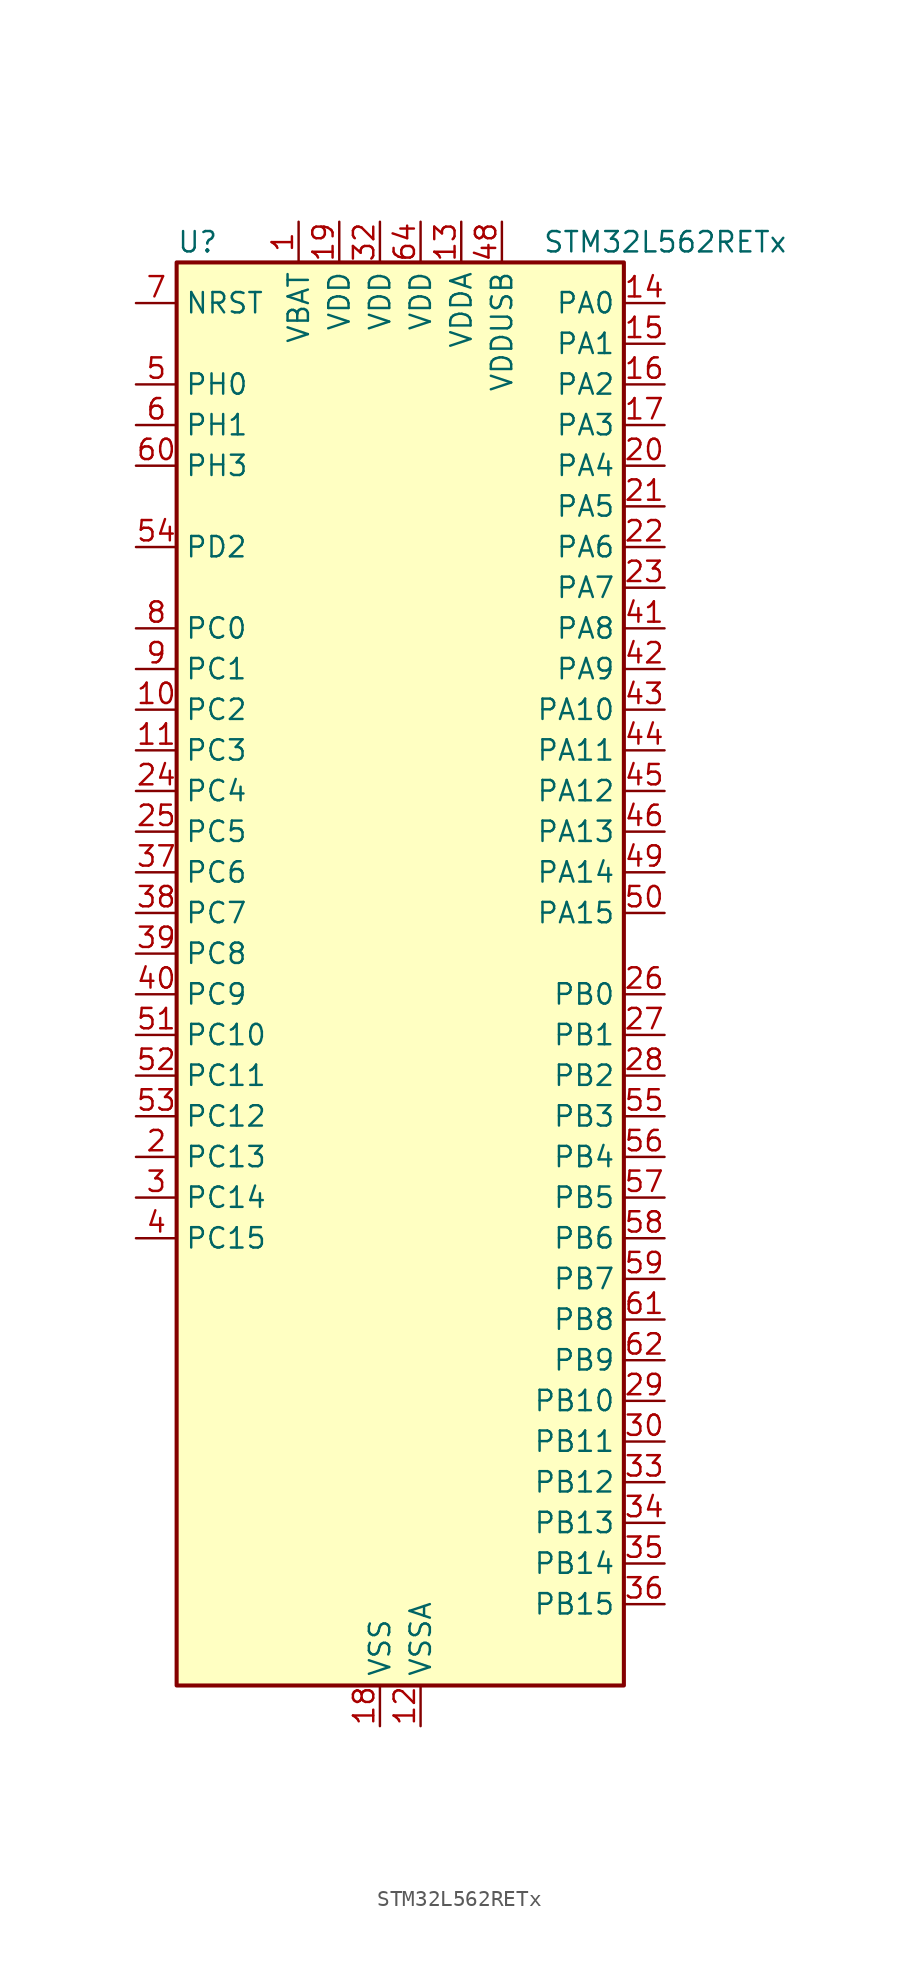
<source format=kicad_sym>
(kicad_symbol_lib
  (version 20231120)
  (generator "kicad_symbol_editor")
  (generator_version "8.0")
  (symbol "STM32L562RETx"
    (property "Reference" "U"
      (at -12.7 46.99 0)
      (effects (font (size 1.27 1.27)) (justify left)))
    (property "Value" "STM32L562RETx"
      (at 10.16 46.99 0)
      (effects (font (size 1.27 1.27)) (justify left)))
    (property "ki_locked" ""
      (at 0 0 0)
      (effects (font (size 1.27 1.27))))
    (symbol "STM32L562RETx_0_1"
      (rectangle (start -12.7 -43.18) (end 15.24 45.72) (stroke (width 0.254) (type default)) (fill (type background))))
    (symbol "STM32L562RETx_1_1"
      (pin power_in line (at -5.08 48.26 270) (length 2.54) (name "VBAT" (effects (font (size 1.27 1.27)))) (number "1" (effects (font (size 1.27 1.27)))))
      (pin bidirectional line (at -15.24 17.78 0) (length 2.54) (name "PC2" (effects (font (size 1.27 1.27)))) (number "10" (effects (font (size 1.27 1.27)))) (alternate "ADC1_IN3" bidirectional line) (alternate "ADC2_IN3" bidirectional line) (alternate "DFSDM1_CKOUT" bidirectional line) (alternate "LPTIM1_IN2" bidirectional line) (alternate "OCTOSPI1_IO5" bidirectional line) (alternate "SPI2_MISO" bidirectional line))
      (pin bidirectional line (at -15.24 15.24 0) (length 2.54) (name "PC3" (effects (font (size 1.27 1.27)))) (number "11" (effects (font (size 1.27 1.27)))) (alternate "ADC1_IN4" bidirectional line) (alternate "ADC2_IN4" bidirectional line) (alternate "LPTIM1_ETR" bidirectional line) (alternate "LPTIM2_ETR" bidirectional line) (alternate "LPTIM3_OUT" bidirectional line) (alternate "OCTOSPI1_IO6" bidirectional line) (alternate "SAI1_D1" bidirectional line) (alternate "SAI1_SD_A" bidirectional line) (alternate "SPI2_MOSI" bidirectional line))
      (pin power_in line (at 2.54 -45.72 90) (length 2.54) (name "VSSA" (effects (font (size 1.27 1.27)))) (number "12" (effects (font (size 1.27 1.27)))))
      (pin power_in line (at 5.08 48.26 270) (length 2.54) (name "VDDA" (effects (font (size 1.27 1.27)))) (number "13" (effects (font (size 1.27 1.27)))) (alternate "VREFBUF_OUT" bidirectional line))
      (pin bidirectional line (at 17.78 43.18 180) (length 2.54) (name "PA0" (effects (font (size 1.27 1.27)))) (number "14" (effects (font (size 1.27 1.27)))) (alternate "ADC1_IN5" bidirectional line) (alternate "ADC2_IN5" bidirectional line) (alternate "OPAMP1_VINP" bidirectional line) (alternate "PWR_WKUP1" bidirectional line) (alternate "SAI1_EXTCLK" bidirectional line) (alternate "TAMP_IN2" bidirectional line) (alternate "TAMP_OUT1" bidirectional line) (alternate "TIM2_CH1" bidirectional line) (alternate "TIM2_ETR" bidirectional line) (alternate "TIM5_CH1" bidirectional line) (alternate "TIM8_ETR" bidirectional line) (alternate "UART4_TX" bidirectional line) (alternate "USART2_CTS" bidirectional line) (alternate "USART2_NSS" bidirectional line))
      (pin bidirectional line (at 17.78 40.64 180) (length 2.54) (name "PA1" (effects (font (size 1.27 1.27)))) (number "15" (effects (font (size 1.27 1.27)))) (alternate "ADC1_IN6" bidirectional line) (alternate "ADC2_IN6" bidirectional line) (alternate "I2C1_SMBA" bidirectional line) (alternate "OCTOSPI1_DQS" bidirectional line) (alternate "OPAMP1_VINM" bidirectional line) (alternate "SPI1_SCK" bidirectional line) (alternate "TAMP_IN5" bidirectional line) (alternate "TAMP_OUT4" bidirectional line) (alternate "TIM15_CH1N" bidirectional line) (alternate "TIM2_CH2" bidirectional line) (alternate "TIM5_CH2" bidirectional line) (alternate "UART4_RX" bidirectional line) (alternate "USART2_DE" bidirectional line) (alternate "USART2_RTS" bidirectional line))
      (pin bidirectional line (at 17.78 38.1 180) (length 2.54) (name "PA2" (effects (font (size 1.27 1.27)))) (number "16" (effects (font (size 1.27 1.27)))) (alternate "ADC1_IN7" bidirectional line) (alternate "ADC2_IN7" bidirectional line) (alternate "COMP1_INP" bidirectional line) (alternate "LPUART1_TX" bidirectional line) (alternate "OCTOSPI1_NCS" bidirectional line) (alternate "PWR_WKUP4" bidirectional line) (alternate "RCC_LSCO" bidirectional line) (alternate "SAI2_EXTCLK" bidirectional line) (alternate "TIM15_CH1" bidirectional line) (alternate "TIM2_CH3" bidirectional line) (alternate "TIM5_CH3" bidirectional line) (alternate "UCPD1_FRSTX1" bidirectional line) (alternate "USART2_TX" bidirectional line))
      (pin bidirectional line (at 17.78 35.56 180) (length 2.54) (name "PA3" (effects (font (size 1.27 1.27)))) (number "17" (effects (font (size 1.27 1.27)))) (alternate "ADC1_IN8" bidirectional line) (alternate "ADC2_IN8" bidirectional line) (alternate "LPUART1_RX" bidirectional line) (alternate "OCTOSPI1_CLK" bidirectional line) (alternate "OPAMP1_VOUT" bidirectional line) (alternate "SAI1_CK1" bidirectional line) (alternate "SAI1_MCLK_A" bidirectional line) (alternate "TIM15_CH2" bidirectional line) (alternate "TIM2_CH4" bidirectional line) (alternate "TIM5_CH4" bidirectional line) (alternate "USART2_RX" bidirectional line))
      (pin power_in line (at 0 -45.72 90) (length 2.54) (name "VSS" (effects (font (size 1.27 1.27)))) (number "18" (effects (font (size 1.27 1.27)))))
      (pin power_in line (at -2.54 48.26 270) (length 2.54) (name "VDD" (effects (font (size 1.27 1.27)))) (number "19" (effects (font (size 1.27 1.27)))))
      (pin bidirectional line (at -15.24 -10.16 0) (length 2.54) (name "PC13" (effects (font (size 1.27 1.27)))) (number "2" (effects (font (size 1.27 1.27)))) (alternate "PWR_WKUP2" bidirectional line) (alternate "RTC_OUT1" bidirectional line) (alternate "RTC_TS" bidirectional line) (alternate "TAMP_IN1" bidirectional line) (alternate "TAMP_OUT2" bidirectional line))
      (pin bidirectional line (at 17.78 33.02 180) (length 2.54) (name "PA4" (effects (font (size 1.27 1.27)))) (number "20" (effects (font (size 1.27 1.27)))) (alternate "ADC1_IN9" bidirectional line) (alternate "ADC2_IN9" bidirectional line) (alternate "DAC1_OUT1" bidirectional line) (alternate "LPTIM2_OUT" bidirectional line) (alternate "OCTOSPI1_NCS" bidirectional line) (alternate "SAI1_FS_B" bidirectional line) (alternate "SPI1_NSS" bidirectional line) (alternate "SPI3_NSS" bidirectional line) (alternate "USART2_CK" bidirectional line))
      (pin bidirectional line (at 17.78 30.48 180) (length 2.54) (name "PA5" (effects (font (size 1.27 1.27)))) (number "21" (effects (font (size 1.27 1.27)))) (alternate "ADC1_IN10" bidirectional line) (alternate "ADC2_IN10" bidirectional line) (alternate "DAC1_OUT2" bidirectional line) (alternate "LPTIM2_ETR" bidirectional line) (alternate "SPI1_SCK" bidirectional line) (alternate "TIM2_CH1" bidirectional line) (alternate "TIM2_ETR" bidirectional line) (alternate "TIM8_CH1N" bidirectional line))
      (pin bidirectional line (at 17.78 27.94 180) (length 2.54) (name "PA6" (effects (font (size 1.27 1.27)))) (number "22" (effects (font (size 1.27 1.27)))) (alternate "ADC1_IN11" bidirectional line) (alternate "ADC2_IN11" bidirectional line) (alternate "LPUART1_CTS" bidirectional line) (alternate "OCTOSPI1_IO3" bidirectional line) (alternate "OPAMP2_VINP" bidirectional line) (alternate "SPI1_MISO" bidirectional line) (alternate "TIM16_CH1" bidirectional line) (alternate "TIM1_BKIN" bidirectional line) (alternate "TIM3_CH1" bidirectional line) (alternate "TIM8_BKIN" bidirectional line) (alternate "USART3_CTS" bidirectional line) (alternate "USART3_NSS" bidirectional line))
      (pin bidirectional line (at 17.78 25.4 180) (length 2.54) (name "PA7" (effects (font (size 1.27 1.27)))) (number "23" (effects (font (size 1.27 1.27)))) (alternate "ADC1_IN12" bidirectional line) (alternate "ADC2_IN12" bidirectional line) (alternate "I2C3_SCL" bidirectional line) (alternate "OCTOSPI1_IO2" bidirectional line) (alternate "OPAMP2_VINM" bidirectional line) (alternate "SPI1_MOSI" bidirectional line) (alternate "TIM17_CH1" bidirectional line) (alternate "TIM1_CH1N" bidirectional line) (alternate "TIM3_CH2" bidirectional line) (alternate "TIM8_CH1N" bidirectional line))
      (pin bidirectional line (at -15.24 12.7 0) (length 2.54) (name "PC4" (effects (font (size 1.27 1.27)))) (number "24" (effects (font (size 1.27 1.27)))) (alternate "ADC1_IN13" bidirectional line) (alternate "ADC2_IN13" bidirectional line) (alternate "COMP1_INM" bidirectional line) (alternate "OCTOSPI1_IO7" bidirectional line) (alternate "USART3_TX" bidirectional line))
      (pin bidirectional line (at -15.24 10.16 0) (length 2.54) (name "PC5" (effects (font (size 1.27 1.27)))) (number "25" (effects (font (size 1.27 1.27)))) (alternate "ADC1_IN14" bidirectional line) (alternate "ADC2_IN14" bidirectional line) (alternate "COMP1_INP" bidirectional line) (alternate "PWR_WKUP5" bidirectional line) (alternate "SAI1_D3" bidirectional line) (alternate "TAMP_IN4" bidirectional line) (alternate "TAMP_OUT5" bidirectional line) (alternate "USART3_RX" bidirectional line))
      (pin bidirectional line (at 17.78 0 180) (length 2.54) (name "PB0" (effects (font (size 1.27 1.27)))) (number "26" (effects (font (size 1.27 1.27)))) (alternate "ADC1_IN15" bidirectional line) (alternate "ADC2_IN15" bidirectional line) (alternate "COMP1_OUT" bidirectional line) (alternate "OCTOSPI1_IO1" bidirectional line) (alternate "OPAMP2_VOUT" bidirectional line) (alternate "SAI1_EXTCLK" bidirectional line) (alternate "SPI1_NSS" bidirectional line) (alternate "TIM1_CH2N" bidirectional line) (alternate "TIM3_CH3" bidirectional line) (alternate "TIM8_CH2N" bidirectional line) (alternate "USART3_CK" bidirectional line))
      (pin bidirectional line (at 17.78 -2.54 180) (length 2.54) (name "PB1" (effects (font (size 1.27 1.27)))) (number "27" (effects (font (size 1.27 1.27)))) (alternate "ADC1_IN16" bidirectional line) (alternate "ADC2_IN16" bidirectional line) (alternate "COMP1_INM" bidirectional line) (alternate "DFSDM1_DATIN0" bidirectional line) (alternate "LPTIM2_IN1" bidirectional line) (alternate "LPUART1_DE" bidirectional line) (alternate "LPUART1_RTS" bidirectional line) (alternate "OCTOSPI1_IO0" bidirectional line) (alternate "TIM1_CH3N" bidirectional line) (alternate "TIM3_CH4" bidirectional line) (alternate "TIM8_CH3N" bidirectional line) (alternate "USART3_DE" bidirectional line) (alternate "USART3_RTS" bidirectional line))
      (pin bidirectional line (at 17.78 -5.08 180) (length 2.54) (name "PB2" (effects (font (size 1.27 1.27)))) (number "28" (effects (font (size 1.27 1.27)))) (alternate "COMP1_INP" bidirectional line) (alternate "DFSDM1_CKIN0" bidirectional line) (alternate "I2C3_SMBA" bidirectional line) (alternate "LPTIM1_OUT" bidirectional line) (alternate "OCTOSPI1_DQS" bidirectional line) (alternate "RTC_OUT2" bidirectional line) (alternate "UCPD1_FRSTX1" bidirectional line))
      (pin bidirectional line (at 17.78 -25.4 180) (length 2.54) (name "PB10" (effects (font (size 1.27 1.27)))) (number "29" (effects (font (size 1.27 1.27)))) (alternate "COMP1_OUT" bidirectional line) (alternate "I2C2_SCL" bidirectional line) (alternate "I2C4_SCL" bidirectional line) (alternate "LPTIM3_OUT" bidirectional line) (alternate "LPUART1_RX" bidirectional line) (alternate "OCTOSPI1_CLK" bidirectional line) (alternate "SAI1_SCK_A" bidirectional line) (alternate "SPI2_SCK" bidirectional line) (alternate "TIM2_CH3" bidirectional line) (alternate "TSC_SYNC" bidirectional line) (alternate "USART3_TX" bidirectional line))
      (pin bidirectional line (at -15.24 -12.7 0) (length 2.54) (name "PC14" (effects (font (size 1.27 1.27)))) (number "3" (effects (font (size 1.27 1.27)))) (alternate "RCC_OSC32_IN" bidirectional line))
      (pin bidirectional line (at 17.78 -27.94 180) (length 2.54) (name "PB11" (effects (font (size 1.27 1.27)))) (number "30" (effects (font (size 1.27 1.27)))) (alternate "ADC1_EXTI11" bidirectional line) (alternate "ADC2_EXTI11" bidirectional line) (alternate "COMP2_OUT" bidirectional line) (alternate "I2C2_SDA" bidirectional line) (alternate "I2C4_SDA" bidirectional line) (alternate "LPUART1_TX" bidirectional line) (alternate "OCTOSPI1_NCS" bidirectional line) (alternate "TIM2_CH4" bidirectional line) (alternate "USART3_RX" bidirectional line))
      (pin passive line (at 0 -45.72 90) (length 2.54) hide (name "VSS" (effects (font (size 1.27 1.27)))) (number "31" (effects (font (size 1.27 1.27)))))
      (pin power_in line (at 0 48.26 270) (length 2.54) (name "VDD" (effects (font (size 1.27 1.27)))) (number "32" (effects (font (size 1.27 1.27)))))
      (pin bidirectional line (at 17.78 -30.48 180) (length 2.54) (name "PB12" (effects (font (size 1.27 1.27)))) (number "33" (effects (font (size 1.27 1.27)))) (alternate "DFSDM1_DATIN1" bidirectional line) (alternate "I2C2_SMBA" bidirectional line) (alternate "LPUART1_DE" bidirectional line) (alternate "LPUART1_RTS" bidirectional line) (alternate "OCTOSPI1_NCLK" bidirectional line) (alternate "SAI2_FS_A" bidirectional line) (alternate "SPI2_NSS" bidirectional line) (alternate "TIM15_BKIN" bidirectional line) (alternate "TIM1_BKIN" bidirectional line) (alternate "TSC_G1_IO1" bidirectional line) (alternate "USART3_CK" bidirectional line))
      (pin bidirectional line (at 17.78 -33.02 180) (length 2.54) (name "PB13" (effects (font (size 1.27 1.27)))) (number "34" (effects (font (size 1.27 1.27)))) (alternate "DFSDM1_CKIN1" bidirectional line) (alternate "I2C2_SCL" bidirectional line) (alternate "LPTIM3_IN1" bidirectional line) (alternate "LPUART1_CTS" bidirectional line) (alternate "SAI2_SCK_A" bidirectional line) (alternate "SPI2_SCK" bidirectional line) (alternate "TIM15_CH1N" bidirectional line) (alternate "TIM1_CH1N" bidirectional line) (alternate "TSC_G1_IO2" bidirectional line) (alternate "UCPD1_FRSTX2" bidirectional line) (alternate "USART3_CTS" bidirectional line) (alternate "USART3_NSS" bidirectional line))
      (pin bidirectional line (at 17.78 -35.56 180) (length 2.54) (name "PB14" (effects (font (size 1.27 1.27)))) (number "35" (effects (font (size 1.27 1.27)))) (alternate "DFSDM1_DATIN2" bidirectional line) (alternate "I2C2_SDA" bidirectional line) (alternate "LPTIM3_ETR" bidirectional line) (alternate "SAI2_MCLK_A" bidirectional line) (alternate "SPI2_MISO" bidirectional line) (alternate "TIM15_CH1" bidirectional line) (alternate "TIM1_CH2N" bidirectional line) (alternate "TIM8_CH2N" bidirectional line) (alternate "TSC_G1_IO3" bidirectional line) (alternate "UCPD1_DBCC2" bidirectional line) (alternate "USART3_DE" bidirectional line) (alternate "USART3_RTS" bidirectional line))
      (pin bidirectional line (at 17.78 -38.1 180) (length 2.54) (name "PB15" (effects (font (size 1.27 1.27)))) (number "36" (effects (font (size 1.27 1.27)))) (alternate "ADC1_EXTI15" bidirectional line) (alternate "ADC2_EXTI15" bidirectional line) (alternate "DFSDM1_CKIN2" bidirectional line) (alternate "RTC_REFIN" bidirectional line) (alternate "SAI2_SD_A" bidirectional line) (alternate "SPI2_MOSI" bidirectional line) (alternate "TIM15_CH2" bidirectional line) (alternate "TIM1_CH3N" bidirectional line) (alternate "TIM8_CH3N" bidirectional line) (alternate "UCPD1_CC2" bidirectional line))
      (pin bidirectional line (at -15.24 7.62 0) (length 2.54) (name "PC6" (effects (font (size 1.27 1.27)))) (number "37" (effects (font (size 1.27 1.27)))) (alternate "DFSDM1_CKIN3" bidirectional line) (alternate "SAI2_MCLK_A" bidirectional line) (alternate "SDMMC1_D0DIR" bidirectional line) (alternate "SDMMC1_D6" bidirectional line) (alternate "TIM3_CH1" bidirectional line) (alternate "TIM8_CH1" bidirectional line) (alternate "TSC_G4_IO1" bidirectional line))
      (pin bidirectional line (at -15.24 5.08 0) (length 2.54) (name "PC7" (effects (font (size 1.27 1.27)))) (number "38" (effects (font (size 1.27 1.27)))) (alternate "DFSDM1_DATIN3" bidirectional line) (alternate "SAI2_MCLK_B" bidirectional line) (alternate "SDMMC1_D123DIR" bidirectional line) (alternate "SDMMC1_D7" bidirectional line) (alternate "TIM3_CH2" bidirectional line) (alternate "TIM8_CH2" bidirectional line) (alternate "TSC_G4_IO2" bidirectional line))
      (pin bidirectional line (at -15.24 2.54 0) (length 2.54) (name "PC8" (effects (font (size 1.27 1.27)))) (number "39" (effects (font (size 1.27 1.27)))) (alternate "SDMMC1_D0" bidirectional line) (alternate "TIM3_CH3" bidirectional line) (alternate "TIM8_CH3" bidirectional line) (alternate "TSC_G4_IO3" bidirectional line))
      (pin bidirectional line (at -15.24 -15.24 0) (length 2.54) (name "PC15" (effects (font (size 1.27 1.27)))) (number "4" (effects (font (size 1.27 1.27)))) (alternate "ADC1_EXTI15" bidirectional line) (alternate "ADC2_EXTI15" bidirectional line) (alternate "RCC_OSC32_OUT" bidirectional line))
      (pin bidirectional line (at -15.24 0 0) (length 2.54) (name "PC9" (effects (font (size 1.27 1.27)))) (number "40" (effects (font (size 1.27 1.27)))) (alternate "DAC1_EXTI9" bidirectional line) (alternate "DEBUG_TRACED0" bidirectional line) (alternate "SAI2_EXTCLK" bidirectional line) (alternate "SDMMC1_D1" bidirectional line) (alternate "TIM3_CH4" bidirectional line) (alternate "TIM8_BKIN2" bidirectional line) (alternate "TIM8_CH4" bidirectional line) (alternate "TSC_G4_IO4" bidirectional line) (alternate "USB_NOE" bidirectional line))
      (pin bidirectional line (at 17.78 22.86 180) (length 2.54) (name "PA8" (effects (font (size 1.27 1.27)))) (number "41" (effects (font (size 1.27 1.27)))) (alternate "LPTIM2_OUT" bidirectional line) (alternate "RCC_MCO" bidirectional line) (alternate "SAI1_CK2" bidirectional line) (alternate "SAI1_SCK_A" bidirectional line) (alternate "TIM1_CH1" bidirectional line) (alternate "USART1_CK" bidirectional line))
      (pin bidirectional line (at 17.78 20.32 180) (length 2.54) (name "PA9" (effects (font (size 1.27 1.27)))) (number "42" (effects (font (size 1.27 1.27)))) (alternate "DAC1_EXTI9" bidirectional line) (alternate "SAI1_FS_A" bidirectional line) (alternate "SPI2_SCK" bidirectional line) (alternate "TIM15_BKIN" bidirectional line) (alternate "TIM1_CH2" bidirectional line) (alternate "USART1_TX" bidirectional line))
      (pin bidirectional line (at 17.78 17.78 180) (length 2.54) (name "PA10" (effects (font (size 1.27 1.27)))) (number "43" (effects (font (size 1.27 1.27)))) (alternate "CRS_SYNC" bidirectional line) (alternate "SAI1_D1" bidirectional line) (alternate "SAI1_SD_A" bidirectional line) (alternate "TIM17_BKIN" bidirectional line) (alternate "TIM1_CH3" bidirectional line) (alternate "USART1_RX" bidirectional line))
      (pin bidirectional line (at 17.78 15.24 180) (length 2.54) (name "PA11" (effects (font (size 1.27 1.27)))) (number "44" (effects (font (size 1.27 1.27)))) (alternate "ADC1_EXTI11" bidirectional line) (alternate "ADC2_EXTI11" bidirectional line) (alternate "FDCAN1_RX" bidirectional line) (alternate "SPI1_MISO" bidirectional line) (alternate "TIM1_BKIN2" bidirectional line) (alternate "TIM1_CH4" bidirectional line) (alternate "USART1_CTS" bidirectional line) (alternate "USART1_NSS" bidirectional line) (alternate "USB_DM" bidirectional line))
      (pin bidirectional line (at 17.78 12.7 180) (length 2.54) (name "PA12" (effects (font (size 1.27 1.27)))) (number "45" (effects (font (size 1.27 1.27)))) (alternate "FDCAN1_TX" bidirectional line) (alternate "SPI1_MOSI" bidirectional line) (alternate "TIM1_ETR" bidirectional line) (alternate "USART1_DE" bidirectional line) (alternate "USART1_RTS" bidirectional line) (alternate "USB_DP" bidirectional line))
      (pin bidirectional line (at 17.78 10.16 180) (length 2.54) (name "PA13" (effects (font (size 1.27 1.27)))) (number "46" (effects (font (size 1.27 1.27)))) (alternate "DEBUG_JTMS-SWDIO" bidirectional line) (alternate "IR_OUT" bidirectional line) (alternate "SAI1_SD_B" bidirectional line) (alternate "USB_NOE" bidirectional line))
      (pin passive line (at 0 -45.72 90) (length 2.54) hide (name "VSS" (effects (font (size 1.27 1.27)))) (number "47" (effects (font (size 1.27 1.27)))))
      (pin power_in line (at 7.62 48.26 270) (length 2.54) (name "VDDUSB" (effects (font (size 1.27 1.27)))) (number "48" (effects (font (size 1.27 1.27)))))
      (pin bidirectional line (at 17.78 7.62 180) (length 2.54) (name "PA14" (effects (font (size 1.27 1.27)))) (number "49" (effects (font (size 1.27 1.27)))) (alternate "DEBUG_JTCK-SWCLK" bidirectional line) (alternate "I2C1_SMBA" bidirectional line) (alternate "I2C4_SMBA" bidirectional line) (alternate "LPTIM1_OUT" bidirectional line) (alternate "SAI1_FS_B" bidirectional line))
      (pin bidirectional line (at -15.24 38.1 0) (length 2.54) (name "PH0" (effects (font (size 1.27 1.27)))) (number "5" (effects (font (size 1.27 1.27)))) (alternate "RCC_OSC_IN" bidirectional line))
      (pin bidirectional line (at 17.78 5.08 180) (length 2.54) (name "PA15" (effects (font (size 1.27 1.27)))) (number "50" (effects (font (size 1.27 1.27)))) (alternate "ADC1_EXTI15" bidirectional line) (alternate "ADC2_EXTI15" bidirectional line) (alternate "DEBUG_JTDI" bidirectional line) (alternate "SAI2_FS_B" bidirectional line) (alternate "SPI1_NSS" bidirectional line) (alternate "SPI3_NSS" bidirectional line) (alternate "TIM2_CH1" bidirectional line) (alternate "TIM2_ETR" bidirectional line) (alternate "UART4_DE" bidirectional line) (alternate "UART4_RTS" bidirectional line) (alternate "UCPD1_CC1" bidirectional line) (alternate "USART2_RX" bidirectional line) (alternate "USART3_DE" bidirectional line) (alternate "USART3_RTS" bidirectional line))
      (pin bidirectional line (at -15.24 -2.54 0) (length 2.54) (name "PC10" (effects (font (size 1.27 1.27)))) (number "51" (effects (font (size 1.27 1.27)))) (alternate "DEBUG_TRACED1" bidirectional line) (alternate "LPTIM3_ETR" bidirectional line) (alternate "SAI2_SCK_B" bidirectional line) (alternate "SDMMC1_D2" bidirectional line) (alternate "SPI3_SCK" bidirectional line) (alternate "TSC_G3_IO2" bidirectional line) (alternate "UART4_TX" bidirectional line) (alternate "USART3_TX" bidirectional line))
      (pin bidirectional line (at -15.24 -5.08 0) (length 2.54) (name "PC11" (effects (font (size 1.27 1.27)))) (number "52" (effects (font (size 1.27 1.27)))) (alternate "ADC1_EXTI11" bidirectional line) (alternate "ADC2_EXTI11" bidirectional line) (alternate "LPTIM3_IN1" bidirectional line) (alternate "OCTOSPI1_NCS" bidirectional line) (alternate "SAI2_MCLK_B" bidirectional line) (alternate "SDMMC1_D3" bidirectional line) (alternate "SPI3_MISO" bidirectional line) (alternate "TSC_G3_IO3" bidirectional line) (alternate "UART4_RX" bidirectional line) (alternate "UCPD1_FRSTX2" bidirectional line) (alternate "USART3_RX" bidirectional line))
      (pin bidirectional line (at -15.24 -7.62 0) (length 2.54) (name "PC12" (effects (font (size 1.27 1.27)))) (number "53" (effects (font (size 1.27 1.27)))) (alternate "DEBUG_TRACED3" bidirectional line) (alternate "SAI2_SD_B" bidirectional line) (alternate "SDMMC1_CK" bidirectional line) (alternate "SPI3_MOSI" bidirectional line) (alternate "TSC_G3_IO4" bidirectional line) (alternate "UART5_TX" bidirectional line) (alternate "USART3_CK" bidirectional line))
      (pin bidirectional line (at -15.24 27.94 0) (length 2.54) (name "PD2" (effects (font (size 1.27 1.27)))) (number "54" (effects (font (size 1.27 1.27)))) (alternate "DEBUG_TRACED2" bidirectional line) (alternate "SDMMC1_CMD" bidirectional line) (alternate "TIM3_ETR" bidirectional line) (alternate "TSC_SYNC" bidirectional line) (alternate "UART5_RX" bidirectional line) (alternate "USART3_DE" bidirectional line) (alternate "USART3_RTS" bidirectional line))
      (pin bidirectional line (at 17.78 -7.62 180) (length 2.54) (name "PB3" (effects (font (size 1.27 1.27)))) (number "55" (effects (font (size 1.27 1.27)))) (alternate "COMP2_INM" bidirectional line) (alternate "CRS_SYNC" bidirectional line) (alternate "DEBUG_JTDO-SWO" bidirectional line) (alternate "SAI1_SCK_B" bidirectional line) (alternate "SPI1_SCK" bidirectional line) (alternate "SPI3_SCK" bidirectional line) (alternate "TIM2_CH2" bidirectional line) (alternate "USART1_DE" bidirectional line) (alternate "USART1_RTS" bidirectional line))
      (pin bidirectional line (at 17.78 -10.16 180) (length 2.54) (name "PB4" (effects (font (size 1.27 1.27)))) (number "56" (effects (font (size 1.27 1.27)))) (alternate "COMP2_INP" bidirectional line) (alternate "DEBUG_JTRST" bidirectional line) (alternate "I2C3_SDA" bidirectional line) (alternate "SAI1_MCLK_B" bidirectional line) (alternate "SPI1_MISO" bidirectional line) (alternate "SPI3_MISO" bidirectional line) (alternate "TIM17_BKIN" bidirectional line) (alternate "TIM3_CH1" bidirectional line) (alternate "TSC_G2_IO1" bidirectional line) (alternate "UART5_DE" bidirectional line) (alternate "UART5_RTS" bidirectional line) (alternate "USART1_CTS" bidirectional line) (alternate "USART1_NSS" bidirectional line))
      (pin bidirectional line (at 17.78 -12.7 180) (length 2.54) (name "PB5" (effects (font (size 1.27 1.27)))) (number "57" (effects (font (size 1.27 1.27)))) (alternate "COMP2_OUT" bidirectional line) (alternate "I2C1_SMBA" bidirectional line) (alternate "LPTIM1_IN1" bidirectional line) (alternate "OCTOSPI1_NCLK" bidirectional line) (alternate "SAI1_SD_B" bidirectional line) (alternate "SPI1_MOSI" bidirectional line) (alternate "SPI3_MOSI" bidirectional line) (alternate "TIM16_BKIN" bidirectional line) (alternate "TIM3_CH2" bidirectional line) (alternate "TSC_G2_IO2" bidirectional line) (alternate "UART5_CTS" bidirectional line) (alternate "UCPD1_DBCC1" bidirectional line) (alternate "USART1_CK" bidirectional line))
      (pin bidirectional line (at 17.78 -15.24 180) (length 2.54) (name "PB6" (effects (font (size 1.27 1.27)))) (number "58" (effects (font (size 1.27 1.27)))) (alternate "COMP2_INP" bidirectional line) (alternate "I2C1_SCL" bidirectional line) (alternate "I2C4_SCL" bidirectional line) (alternate "LPTIM1_ETR" bidirectional line) (alternate "SAI1_FS_B" bidirectional line) (alternate "TIM16_CH1N" bidirectional line) (alternate "TIM4_CH1" bidirectional line) (alternate "TIM8_BKIN2" bidirectional line) (alternate "TSC_G2_IO3" bidirectional line) (alternate "USART1_TX" bidirectional line))
      (pin bidirectional line (at 17.78 -17.78 180) (length 2.54) (name "PB7" (effects (font (size 1.27 1.27)))) (number "59" (effects (font (size 1.27 1.27)))) (alternate "COMP2_INM" bidirectional line) (alternate "I2C1_SDA" bidirectional line) (alternate "I2C4_SDA" bidirectional line) (alternate "LPTIM1_IN2" bidirectional line) (alternate "PWR_PVD_IN" bidirectional line) (alternate "TIM17_CH1N" bidirectional line) (alternate "TIM4_CH2" bidirectional line) (alternate "TIM8_BKIN" bidirectional line) (alternate "TSC_G2_IO4" bidirectional line) (alternate "UART4_CTS" bidirectional line) (alternate "USART1_RX" bidirectional line))
      (pin bidirectional line (at -15.24 35.56 0) (length 2.54) (name "PH1" (effects (font (size 1.27 1.27)))) (number "6" (effects (font (size 1.27 1.27)))) (alternate "RCC_OSC_OUT" bidirectional line))
      (pin bidirectional line (at -15.24 33.02 0) (length 2.54) (name "PH3" (effects (font (size 1.27 1.27)))) (number "60" (effects (font (size 1.27 1.27)))))
      (pin bidirectional line (at 17.78 -20.32 180) (length 2.54) (name "PB8" (effects (font (size 1.27 1.27)))) (number "61" (effects (font (size 1.27 1.27)))) (alternate "DFSDM1_CKOUT" bidirectional line) (alternate "FDCAN1_RX" bidirectional line) (alternate "I2C1_SCL" bidirectional line) (alternate "SAI1_CK1" bidirectional line) (alternate "SAI1_MCLK_A" bidirectional line) (alternate "SDMMC1_CKIN" bidirectional line) (alternate "SDMMC1_D4" bidirectional line) (alternate "TIM16_CH1" bidirectional line) (alternate "TIM4_CH3" bidirectional line))
      (pin bidirectional line (at 17.78 -22.86 180) (length 2.54) (name "PB9" (effects (font (size 1.27 1.27)))) (number "62" (effects (font (size 1.27 1.27)))) (alternate "DAC1_EXTI9" bidirectional line) (alternate "FDCAN1_TX" bidirectional line) (alternate "I2C1_SDA" bidirectional line) (alternate "IR_OUT" bidirectional line) (alternate "SAI1_D2" bidirectional line) (alternate "SAI1_FS_A" bidirectional line) (alternate "SDMMC1_CDIR" bidirectional line) (alternate "SDMMC1_D5" bidirectional line) (alternate "SPI2_NSS" bidirectional line) (alternate "TIM17_CH1" bidirectional line) (alternate "TIM4_CH4" bidirectional line))
      (pin passive line (at 0 -45.72 90) (length 2.54) hide (name "VSS" (effects (font (size 1.27 1.27)))) (number "63" (effects (font (size 1.27 1.27)))))
      (pin power_in line (at 2.54 48.26 270) (length 2.54) (name "VDD" (effects (font (size 1.27 1.27)))) (number "64" (effects (font (size 1.27 1.27)))))
      (pin input line (at -15.24 43.18 0) (length 2.54) (name "NRST" (effects (font (size 1.27 1.27)))) (number "7" (effects (font (size 1.27 1.27)))))
      (pin bidirectional line (at -15.24 22.86 0) (length 2.54) (name "PC0" (effects (font (size 1.27 1.27)))) (number "8" (effects (font (size 1.27 1.27)))) (alternate "ADC1_IN1" bidirectional line) (alternate "ADC2_IN1" bidirectional line) (alternate "I2C3_SCL" bidirectional line) (alternate "LPTIM1_IN1" bidirectional line) (alternate "LPTIM2_IN1" bidirectional line) (alternate "LPUART1_RX" bidirectional line) (alternate "OCTOSPI1_IO7" bidirectional line) (alternate "SAI2_FS_A" bidirectional line) (alternate "SDMMC1_D5" bidirectional line))
      (pin bidirectional line (at -15.24 20.32 0) (length 2.54) (name "PC1" (effects (font (size 1.27 1.27)))) (number "9" (effects (font (size 1.27 1.27)))) (alternate "ADC1_IN2" bidirectional line) (alternate "ADC2_IN2" bidirectional line) (alternate "DEBUG_TRACED0" bidirectional line) (alternate "I2C3_SDA" bidirectional line) (alternate "LPTIM1_OUT" bidirectional line) (alternate "LPUART1_TX" bidirectional line) (alternate "OCTOSPI1_IO4" bidirectional line) (alternate "SAI1_SD_A" bidirectional line) (alternate "SPI2_MOSI" bidirectional line)))))
</source>
